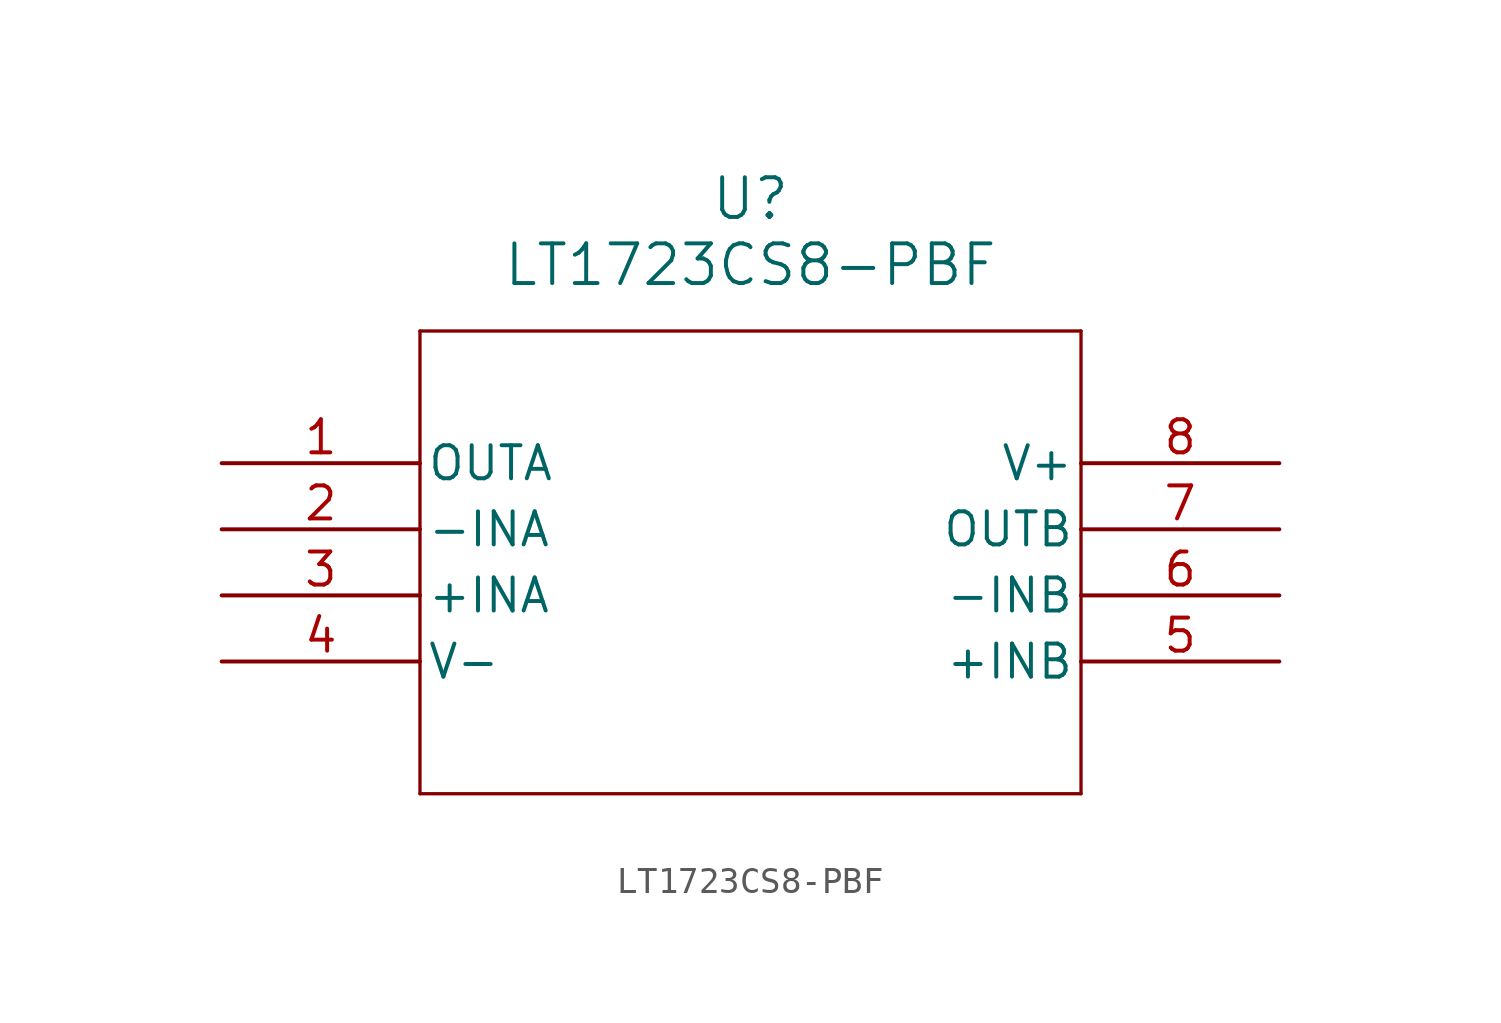
<source format=kicad_sym>
(kicad_symbol_lib
  (version 20211014)
  (generator kicad_symbol_editor)
  (symbol "LT1723CS8-PBF"
    (pin_names
      (offset 0.254))
    (property "Reference" "U"
      (at 20.32 10.16 0)
      (effects (font (size 1.524 1.524))))
    (property "Value" "LT1723CS8-PBF"
      (at 20.32 7.62 0)
      (effects (font (size 1.524 1.524))))
    (symbol "LT1723CS8-PBF_0_1"
      (polyline (pts (xy 7.62 5.08) (xy 7.62 -12.7)) (stroke (width 0.127) (type default) (color 0 0 0 0)) (fill (type none)))
      (polyline (pts (xy 7.62 -12.7) (xy 33.02 -12.7)) (stroke (width 0.127) (type default) (color 0 0 0 0)) (fill (type none)))
      (polyline (pts (xy 33.02 -12.7) (xy 33.02 5.08)) (stroke (width 0.127) (type default) (color 0 0 0 0)) (fill (type none)))
      (polyline (pts (xy 33.02 5.08) (xy 7.62 5.08)) (stroke (width 0.127) (type default) (color 0 0 0 0)) (fill (type none)))
      (pin output line (at 0 0 0) (length 7.62) (name "OUTA" (effects (font (size 1.27 1.27)))) (number "1" (effects (font (size 1.27 1.27)))))
      (pin input line (at 0 -2.54 0) (length 7.62) (name "-INA" (effects (font (size 1.27 1.27)))) (number "2" (effects (font (size 1.27 1.27)))))
      (pin input line (at 0 -5.08 0) (length 7.62) (name "+INA" (effects (font (size 1.27 1.27)))) (number "3" (effects (font (size 1.27 1.27)))))
      (pin power_in line (at 0 -7.62 0) (length 7.62) (name "V-" (effects (font (size 1.27 1.27)))) (number "4" (effects (font (size 1.27 1.27)))))
      (pin input line (at 40.64 -7.62 180) (length 7.62) (name "+INB" (effects (font (size 1.27 1.27)))) (number "5" (effects (font (size 1.27 1.27)))))
      (pin input line (at 40.64 -5.08 180) (length 7.62) (name "-INB" (effects (font (size 1.27 1.27)))) (number "6" (effects (font (size 1.27 1.27)))))
      (pin output line (at 40.64 -2.54 180) (length 7.62) (name "OUTB" (effects (font (size 1.27 1.27)))) (number "7" (effects (font (size 1.27 1.27)))))
      (pin power_in line (at 40.64 0 180) (length 7.62) (name "V+" (effects (font (size 1.27 1.27)))) (number "8" (effects (font (size 1.27 1.27))))))))
</source>
